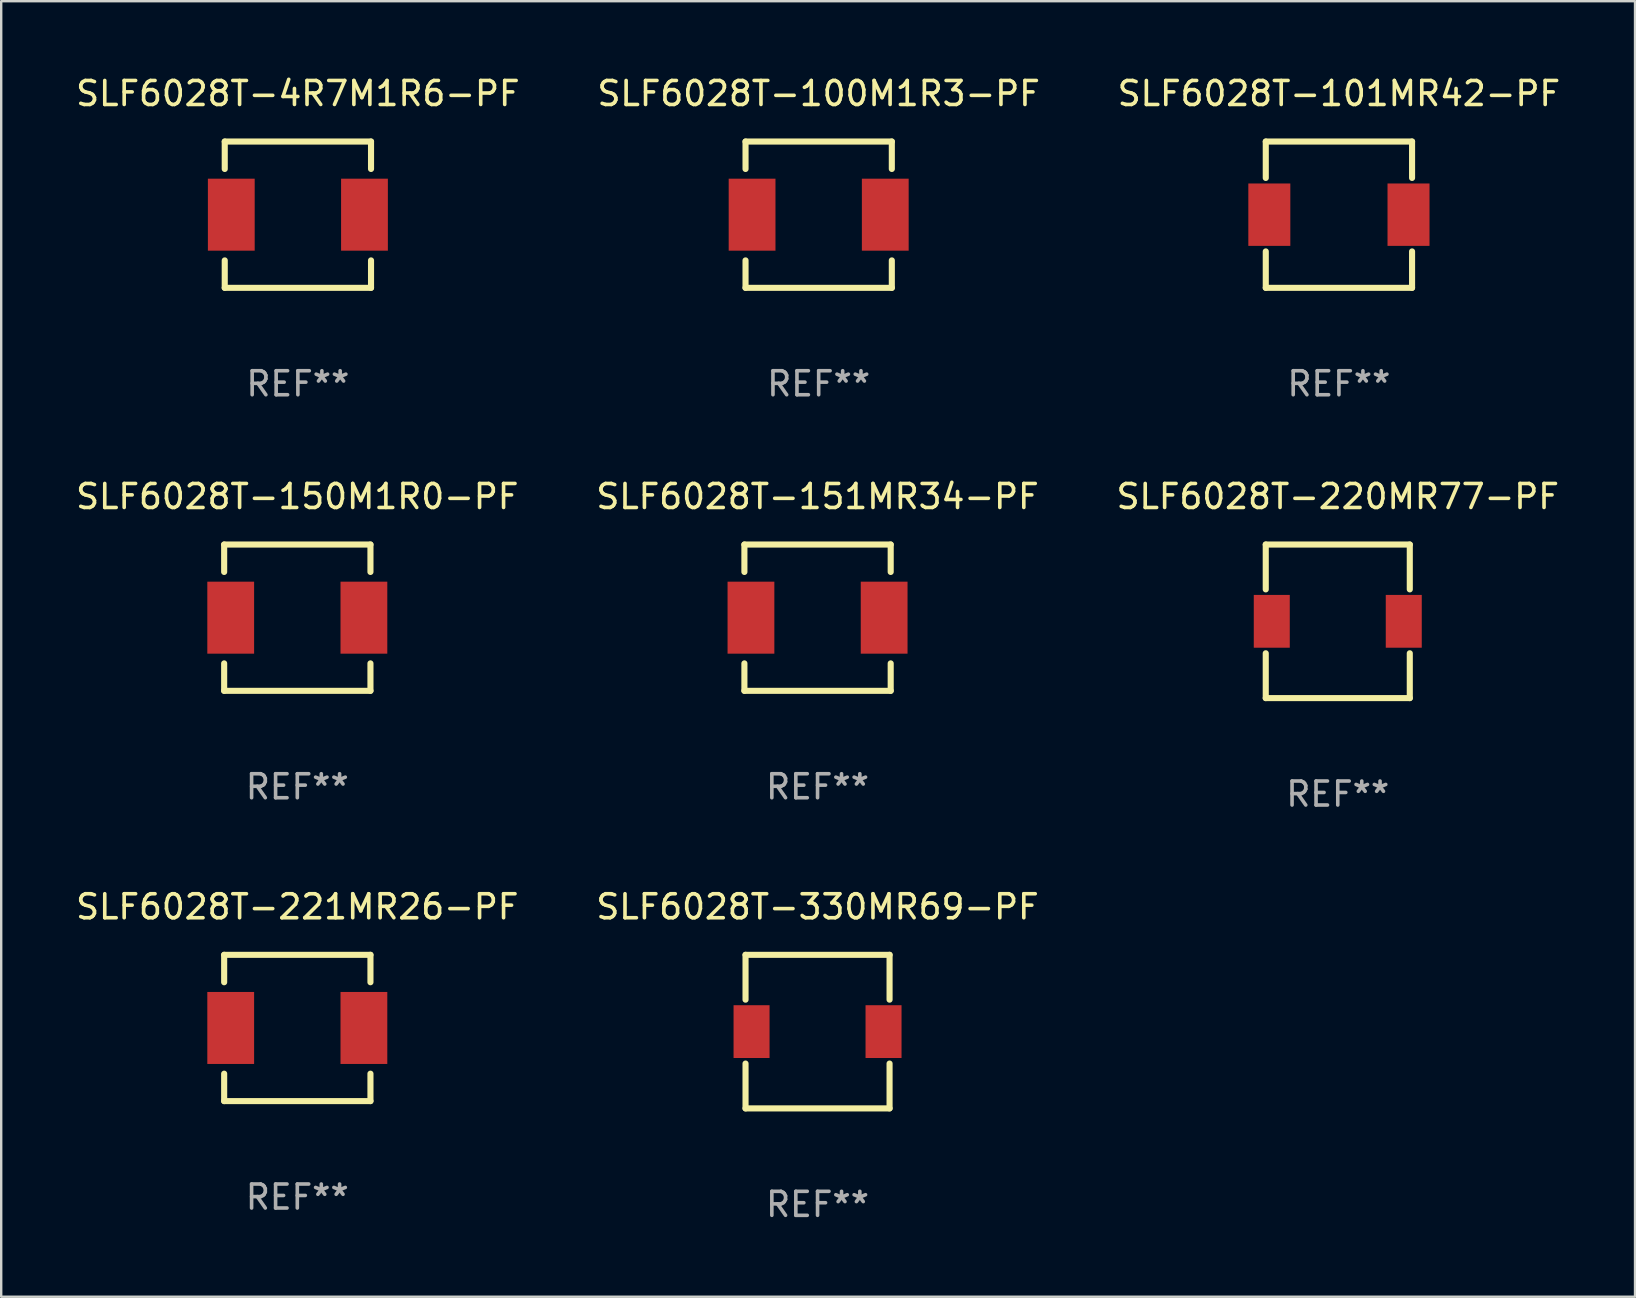
<source format=kicad_pcb>
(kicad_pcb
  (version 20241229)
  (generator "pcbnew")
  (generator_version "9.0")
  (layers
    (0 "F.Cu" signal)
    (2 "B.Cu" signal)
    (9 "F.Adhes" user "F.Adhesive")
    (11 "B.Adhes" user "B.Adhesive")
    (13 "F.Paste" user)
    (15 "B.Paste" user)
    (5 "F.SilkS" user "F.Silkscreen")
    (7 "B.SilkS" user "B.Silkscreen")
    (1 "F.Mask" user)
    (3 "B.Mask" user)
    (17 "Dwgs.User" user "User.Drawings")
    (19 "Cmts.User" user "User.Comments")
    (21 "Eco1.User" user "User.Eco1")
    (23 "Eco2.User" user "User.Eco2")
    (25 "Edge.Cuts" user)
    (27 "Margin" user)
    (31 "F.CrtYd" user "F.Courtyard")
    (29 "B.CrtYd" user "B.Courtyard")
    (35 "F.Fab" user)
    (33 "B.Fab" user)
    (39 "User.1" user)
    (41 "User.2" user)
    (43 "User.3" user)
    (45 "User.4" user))
  (footprint "SLF6028T-151MR34-PF"
    (layer "F.Cu")
    (at 31.018 22.689)
    (property "Reference" "SLF6028T-151MR34-PF" (at 0 -5.048 0) (layer "F.SilkS") (effects (font (size 1 1) (thickness 0.15))))
    (attr through_hole)
    (fp_line (start -3.048 -3.048) (end 3.048 -3.048) (stroke (width 0.254) (type solid)) (layer "F.SilkS"))
    (fp_line (start -3.048 -1.905) (end -3.048 -3.048) (stroke (width 0.254) (type solid)) (layer "F.SilkS"))
    (fp_line (start -3.048 3.048) (end -3.048 1.905) (stroke (width 0.254) (type solid)) (layer "F.SilkS"))
    (fp_line (start 3.048 -3.048) (end 3.048 -1.905) (stroke (width 0.254) (type solid)) (layer "F.SilkS"))
    (fp_line (start 3.048 1.905) (end 3.048 3.048) (stroke (width 0.254) (type solid)) (layer "F.SilkS"))
    (fp_line (start 3.048 3.048) (end -3.048 3.048) (stroke (width 0.254) (type solid)) (layer "F.SilkS"))
    (fp_circle (center 3 -3) (end 3.03 -3) (stroke (width 0.06) (type solid)) (fill no) (layer "F.SilkS"))
    (fp_text user "REF**" (at 0 7.048 0) (layer "F.Fab") (effects (font (size 1 1) (thickness 0.15))))
    (pad "1" smd rect (at 2.775 0) (size 1.95 3) (layers "F.Cu" "F.Mask" "F.Paste"))
    (pad "2" smd rect (at -2.775 0) (size 1.95 3) (layers "F.Cu" "F.Mask" "F.Paste")))
  (footprint "SLF6028T-220MR77-PF"
    (layer "F.Cu")
    (at 52.696 22.841)
    (property "Reference" "SLF6028T-220MR77-PF" (at 0 -5.2 0) (layer "F.SilkS") (effects (font (size 1 1) (thickness 0.15))))
    (attr through_hole)
    (fp_line (start -3.001 -3.2) (end -3.001 -1.331) (stroke (width 0.254) (type solid)) (layer "F.SilkS"))
    (fp_line (start -3.001 -3.2) (end 3.001 -3.2) (stroke (width 0.254) (type solid)) (layer "F.SilkS"))
    (fp_line (start -3.001 1.331) (end -3.001 3.2) (stroke (width 0.254) (type solid)) (layer "F.SilkS"))
    (fp_line (start -3.001 3.2) (end 3.001 3.2) (stroke (width 0.254) (type solid)) (layer "F.SilkS"))
    (fp_line (start 3.001 -3.2) (end 3.001 -1.331) (stroke (width 0.254) (type solid)) (layer "F.SilkS"))
    (fp_line (start 3.001 1.331) (end 3.001 3.2) (stroke (width 0.254) (type solid)) (layer "F.SilkS"))
    (fp_circle (center -3 3) (end -2.97 3) (stroke (width 0.06) (type solid)) (fill no) (layer "F.SilkS"))
    (fp_text user "REF**" (at 0 7.2 0) (layer "F.Fab") (effects (font (size 1 1) (thickness 0.15))))
    (pad "1" smd rect (at -2.75 0) (size 1.5 2.2) (layers "F.Cu" "F.Mask" "F.Paste"))
    (pad "2" smd rect (at 2.75 0) (size 1.5 2.2) (layers "F.Cu" "F.Mask" "F.Paste")))
  (footprint "SLF6028T-330MR69-PF"
    (layer "F.Cu")
    (at 31.018 39.938)
    (property "Reference" "SLF6028T-330MR69-PF" (at 0 -5.2 0) (layer "F.SilkS") (effects (font (size 1 1) (thickness 0.15))))
    (attr through_hole)
    (fp_line (start -3.001 -3.2) (end -3.001 -1.331) (stroke (width 0.254) (type solid)) (layer "F.SilkS"))
    (fp_line (start -3.001 -3.2) (end 3.001 -3.2) (stroke (width 0.254) (type solid)) (layer "F.SilkS"))
    (fp_line (start -3.001 1.331) (end -3.001 3.2) (stroke (width 0.254) (type solid)) (layer "F.SilkS"))
    (fp_line (start -3.001 3.2) (end 3.001 3.2) (stroke (width 0.254) (type solid)) (layer "F.SilkS"))
    (fp_line (start 3.001 -3.2) (end 3.001 -1.331) (stroke (width 0.254) (type solid)) (layer "F.SilkS"))
    (fp_line (start 3.001 1.331) (end 3.001 3.2) (stroke (width 0.254) (type solid)) (layer "F.SilkS"))
    (fp_circle (center -3 3) (end -2.97 3) (stroke (width 0.06) (type solid)) (fill no) (layer "F.SilkS"))
    (fp_text user "REF**" (at 0 7.2 0) (layer "F.Fab") (effects (font (size 1 1) (thickness 0.15))))
    (pad "1" smd rect (at -2.75 0) (size 1.5 2.2) (layers "F.Cu" "F.Mask" "F.Paste"))
    (pad "2" smd rect (at 2.75 0) (size 1.5 2.2) (layers "F.Cu" "F.Mask" "F.Paste")))
  (footprint "SLF6028T-150M1R0-PF"
    (layer "F.Cu")
    (at 9.339 22.689)
    (property "Reference" "SLF6028T-150M1R0-PF" (at 0 -5.048 0) (layer "F.SilkS") (effects (font (size 1 1) (thickness 0.15))))
    (attr through_hole)
    (fp_line (start -3.048 -3.048) (end 3.048 -3.048) (stroke (width 0.254) (type solid)) (layer "F.SilkS"))
    (fp_line (start -3.048 -1.905) (end -3.048 -3.048) (stroke (width 0.254) (type solid)) (layer "F.SilkS"))
    (fp_line (start -3.048 3.048) (end -3.048 1.905) (stroke (width 0.254) (type solid)) (layer "F.SilkS"))
    (fp_line (start 3.048 -3.048) (end 3.048 -1.905) (stroke (width 0.254) (type solid)) (layer "F.SilkS"))
    (fp_line (start 3.048 1.905) (end 3.048 3.048) (stroke (width 0.254) (type solid)) (layer "F.SilkS"))
    (fp_line (start 3.048 3.048) (end -3.048 3.048) (stroke (width 0.254) (type solid)) (layer "F.SilkS"))
    (fp_circle (center 3 -3) (end 3.03 -3) (stroke (width 0.06) (type solid)) (fill no) (layer "F.SilkS"))
    (fp_text user "REF**" (at 0 7.048 0) (layer "F.Fab") (effects (font (size 1 1) (thickness 0.15))))
    (pad "1" smd rect (at 2.775 0) (size 1.95 3) (layers "F.Cu" "F.Mask" "F.Paste"))
    (pad "2" smd rect (at -2.775 0) (size 1.95 3) (layers "F.Cu" "F.Mask" "F.Paste")))
  (footprint "SLF6028T-221MR26-PF"
    (layer "F.Cu")
    (at 9.339 39.786)
    (property "Reference" "SLF6028T-221MR26-PF" (at 0 -5.048 0) (layer "F.SilkS") (effects (font (size 1 1) (thickness 0.15))))
    (attr through_hole)
    (fp_line (start -3.048 -3.048) (end 3.048 -3.048) (stroke (width 0.254) (type solid)) (layer "F.SilkS"))
    (fp_line (start -3.048 -1.905) (end -3.048 -3.048) (stroke (width 0.254) (type solid)) (layer "F.SilkS"))
    (fp_line (start -3.048 3.048) (end -3.048 1.905) (stroke (width 0.254) (type solid)) (layer "F.SilkS"))
    (fp_line (start 3.048 -3.048) (end 3.048 -1.905) (stroke (width 0.254) (type solid)) (layer "F.SilkS"))
    (fp_line (start 3.048 1.905) (end 3.048 3.048) (stroke (width 0.254) (type solid)) (layer "F.SilkS"))
    (fp_line (start 3.048 3.048) (end -3.048 3.048) (stroke (width 0.254) (type solid)) (layer "F.SilkS"))
    (fp_circle (center 3 -3) (end 3.03 -3) (stroke (width 0.06) (type solid)) (fill no) (layer "F.SilkS"))
    (fp_text user "REF**" (at 0 7.048 0) (layer "F.Fab") (effects (font (size 1 1) (thickness 0.15))))
    (pad "1" smd rect (at 2.775 0) (size 1.95 3) (layers "F.Cu" "F.Mask" "F.Paste"))
    (pad "2" smd rect (at -2.775 0) (size 1.95 3) (layers "F.Cu" "F.Mask" "F.Paste")))
  (footprint "SLF6028T-4R7M1R6-PF"
    (layer "F.Cu")
    (at 9.363 5.896)
    (property "Reference" "SLF6028T-4R7M1R6-PF" (at 0 -5.048 0) (layer "F.SilkS") (effects (font (size 1 1) (thickness 0.15))))
    (attr through_hole)
    (fp_line (start -3.048 -3.048) (end 3.048 -3.048) (stroke (width 0.254) (type solid)) (layer "F.SilkS"))
    (fp_line (start -3.048 -1.905) (end -3.048 -3.048) (stroke (width 0.254) (type solid)) (layer "F.SilkS"))
    (fp_line (start -3.048 3.048) (end -3.048 1.905) (stroke (width 0.254) (type solid)) (layer "F.SilkS"))
    (fp_line (start 3.048 -3.048) (end 3.048 -1.905) (stroke (width 0.254) (type solid)) (layer "F.SilkS"))
    (fp_line (start 3.048 1.905) (end 3.048 3.048) (stroke (width 0.254) (type solid)) (layer "F.SilkS"))
    (fp_line (start 3.048 3.048) (end -3.048 3.048) (stroke (width 0.254) (type solid)) (layer "F.SilkS"))
    (fp_circle (center 3 -3) (end 3.03 -3) (stroke (width 0.06) (type solid)) (fill no) (layer "F.SilkS"))
    (fp_text user "REF**" (at 0 7.048 0) (layer "F.Fab") (effects (font (size 1 1) (thickness 0.15))))
    (pad "1" smd rect (at 2.775 0) (size 1.95 3) (layers "F.Cu" "F.Mask" "F.Paste"))
    (pad "2" smd rect (at -2.775 0) (size 1.95 3) (layers "F.Cu" "F.Mask" "F.Paste")))
  (footprint "SLF6028T-100M1R3-PF"
    (layer "F.Cu")
    (at 31.065 5.896)
    (property "Reference" "SLF6028T-100M1R3-PF" (at 0 -5.048 0) (layer "F.SilkS") (effects (font (size 1 1) (thickness 0.15))))
    (attr through_hole)
    (fp_line (start -3.048 -3.048) (end 3.048 -3.048) (stroke (width 0.254) (type solid)) (layer "F.SilkS"))
    (fp_line (start -3.048 -1.905) (end -3.048 -3.048) (stroke (width 0.254) (type solid)) (layer "F.SilkS"))
    (fp_line (start -3.048 3.048) (end -3.048 1.905) (stroke (width 0.254) (type solid)) (layer "F.SilkS"))
    (fp_line (start 3.048 -3.048) (end 3.048 -1.905) (stroke (width 0.254) (type solid)) (layer "F.SilkS"))
    (fp_line (start 3.048 1.905) (end 3.048 3.048) (stroke (width 0.254) (type solid)) (layer "F.SilkS"))
    (fp_line (start 3.048 3.048) (end -3.048 3.048) (stroke (width 0.254) (type solid)) (layer "F.SilkS"))
    (fp_circle (center 3 -3) (end 3.03 -3) (stroke (width 0.06) (type solid)) (fill no) (layer "F.SilkS"))
    (fp_text user "REF**" (at 0 7.048 0) (layer "F.Fab") (effects (font (size 1 1) (thickness 0.15))))
    (pad "1" smd rect (at 2.775 0) (size 1.95 3) (layers "F.Cu" "F.Mask" "F.Paste"))
    (pad "2" smd rect (at -2.775 0) (size 1.95 3) (layers "F.Cu" "F.Mask" "F.Paste")))
  (footprint "SLF6028T-101MR42-PF"
    (layer "F.Cu")
    (at 52.744 5.896)
    (property "Reference" "SLF6028T-101MR42-PF" (at 0 -5.048 0) (layer "F.SilkS") (effects (font (size 1 1) (thickness 0.15))))
    (attr through_hole)
    (fp_line (start -3.048 -3.048) (end 3.048 -3.048) (stroke (width 0.254) (type solid)) (layer "F.SilkS"))
    (fp_line (start -3.048 -1.531) (end -3.048 -3.048) (stroke (width 0.254) (type solid)) (layer "F.SilkS"))
    (fp_line (start -3.048 3.048) (end -3.048 1.531) (stroke (width 0.254) (type solid)) (layer "F.SilkS"))
    (fp_line (start 3.048 -3.048) (end 3.048 -1.531) (stroke (width 0.254) (type solid)) (layer "F.SilkS"))
    (fp_line (start 3.048 1.531) (end 3.048 3.048) (stroke (width 0.254) (type solid)) (layer "F.SilkS"))
    (fp_line (start 3.048 3.048) (end -3.048 3.048) (stroke (width 0.254) (type solid)) (layer "F.SilkS"))
    (fp_circle (center -3 3) (end -2.97 3) (stroke (width 0.06) (type solid)) (fill no) (layer "F.SilkS"))
    (fp_text user "REF**" (at 0 7.048 0) (layer "F.Fab") (effects (font (size 1 1) (thickness 0.15))))
    (pad "1" smd rect (at -2.9 0) (size 1.75 2.6) (layers "F.Cu" "F.Mask" "F.Paste"))
    (pad "2" smd rect (at 2.9 0) (size 1.75 2.6) (layers "F.Cu" "F.Mask" "F.Paste")))
  (gr_rect
    (start -3 -3)
    (end 65.083 50.987)
    (stroke (width 0.1) (type default))
    (fill no)
    (layer "Edge.Cuts")))
</source>
